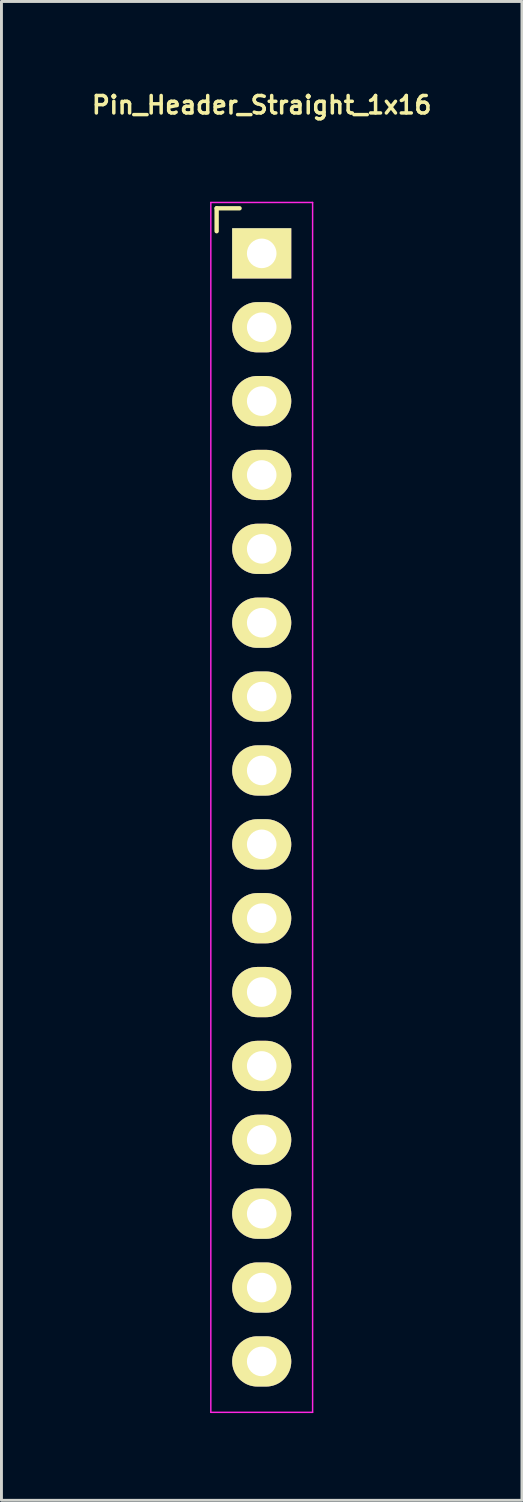
<source format=kicad_pcb>
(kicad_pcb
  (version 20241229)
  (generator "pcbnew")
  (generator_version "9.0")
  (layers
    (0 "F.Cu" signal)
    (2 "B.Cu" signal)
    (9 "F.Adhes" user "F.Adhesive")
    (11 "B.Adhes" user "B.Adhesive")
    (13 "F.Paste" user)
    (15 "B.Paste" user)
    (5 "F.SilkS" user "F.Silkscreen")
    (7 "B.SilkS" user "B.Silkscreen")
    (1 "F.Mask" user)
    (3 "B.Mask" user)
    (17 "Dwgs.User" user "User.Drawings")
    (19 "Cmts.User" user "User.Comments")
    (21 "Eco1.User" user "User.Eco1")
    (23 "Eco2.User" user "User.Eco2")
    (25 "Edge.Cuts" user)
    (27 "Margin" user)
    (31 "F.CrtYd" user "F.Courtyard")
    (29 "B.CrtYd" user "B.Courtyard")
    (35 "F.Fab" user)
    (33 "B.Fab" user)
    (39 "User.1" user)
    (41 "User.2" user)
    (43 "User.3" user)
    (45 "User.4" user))
  (footprint "Pin_Header_Straight_1x16"
    (layer "F.Cu")
    (at 5.949 5.662)
    (property "Reference" "Pin_Header_Straight_1x16" (at 0 -5.1 0) (layer "F.SilkS") (effects (font (size 0.6 0.6) (thickness 0.12))))
    (attr through_hole)
    (fp_line (start -1.55 -1.55) (end -0.762 -1.55) (stroke (width 0.15) (type solid)) (layer "F.SilkS"))
    (fp_line (start -1.55 -0.762) (end -1.55 -1.55) (stroke (width 0.15) (type solid)) (layer "F.SilkS"))
    (fp_line (start -1.75 -1.75) (end -1.75 39.85) (stroke (width 0.05) (type solid)) (layer "F.CrtYd"))
    (fp_line (start -1.75 -1.75) (end 1.75 -1.75) (stroke (width 0.05) (type solid)) (layer "F.CrtYd"))
    (fp_line (start -1.75 39.85) (end 1.75 39.85) (stroke (width 0.05) (type solid)) (layer "F.CrtYd"))
    (fp_line (start 1.75 -1.75) (end 1.75 39.85) (stroke (width 0.05) (type solid)) (layer "F.CrtYd"))
    (pad "1" thru_hole rect (at 0 0) (size 2.032 1.727) (drill 1.016) (layers "*.Cu" "*.Mask" "F.SilkS"))
    (pad "2" thru_hole oval (at 0 2.54) (size 2.032 1.727) (drill 1.016) (layers "*.Cu" "*.Mask" "F.SilkS"))
    (pad "3" thru_hole oval (at 0 5.08) (size 2.032 1.727) (drill 1.016) (layers "*.Cu" "*.Mask" "F.SilkS"))
    (pad "4" thru_hole oval (at 0 7.62) (size 2.032 1.727) (drill 1.016) (layers "*.Cu" "*.Mask" "F.SilkS"))
    (pad "5" thru_hole oval (at 0 10.16) (size 2.032 1.727) (drill 1.016) (layers "*.Cu" "*.Mask" "F.SilkS"))
    (pad "6" thru_hole oval (at 0 12.7) (size 2.032 1.727) (drill 1.016) (layers "*.Cu" "*.Mask" "F.SilkS"))
    (pad "7" thru_hole oval (at 0 15.24) (size 2.032 1.727) (drill 1.016) (layers "*.Cu" "*.Mask" "F.SilkS"))
    (pad "8" thru_hole oval (at 0 17.78) (size 2.032 1.727) (drill 1.016) (layers "*.Cu" "*.Mask" "F.SilkS"))
    (pad "9" thru_hole oval (at 0 20.32) (size 2.032 1.727) (drill 1.016) (layers "*.Cu" "*.Mask" "F.SilkS"))
    (pad "10" thru_hole oval (at 0 22.86) (size 2.032 1.727) (drill 1.016) (layers "*.Cu" "*.Mask" "F.SilkS"))
    (pad "11" thru_hole oval (at 0 25.4) (size 2.032 1.727) (drill 1.016) (layers "*.Cu" "*.Mask" "F.SilkS"))
    (pad "12" thru_hole oval (at 0 27.94) (size 2.032 1.727) (drill 1.016) (layers "*.Cu" "*.Mask" "F.SilkS"))
    (pad "13" thru_hole oval (at 0 30.48) (size 2.032 1.727) (drill 1.016) (layers "*.Cu" "*.Mask" "F.SilkS"))
    (pad "14" thru_hole oval (at 0 33.02) (size 2.032 1.727) (drill 1.016) (layers "*.Cu" "*.Mask" "F.SilkS"))
    (pad "15" thru_hole oval (at 0 35.56) (size 2.032 1.727) (drill 1.016) (layers "*.Cu" "*.Mask" "F.SilkS"))
    (pad "16" thru_hole oval (at 0 38.1) (size 2.032 1.727) (drill 1.016) (layers "*.Cu" "*.Mask" "F.SilkS")))
  (gr_rect
    (start -3 -3)
    (end 14.897 48.537)
    (stroke (width 0.1) (type default))
    (fill no)
    (layer "Edge.Cuts")))
</source>
